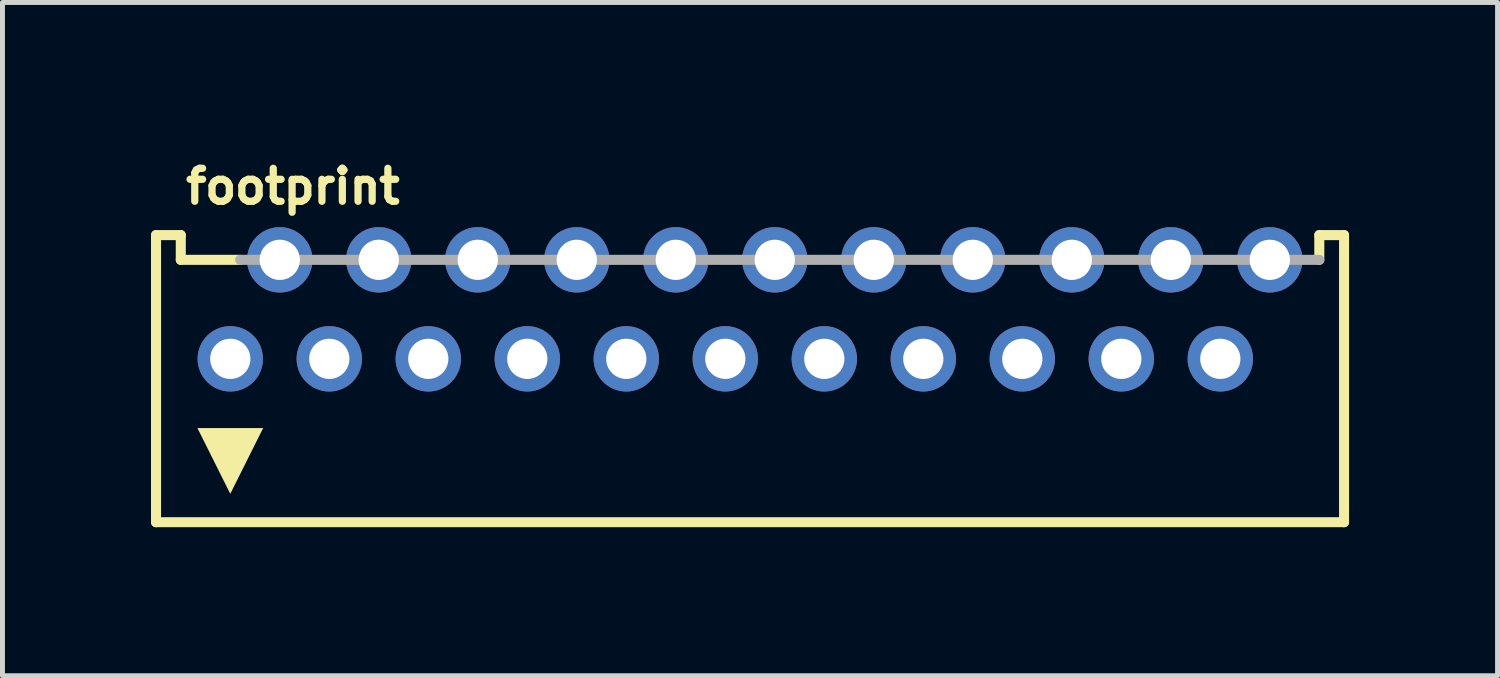
<source format=kicad_pcb>
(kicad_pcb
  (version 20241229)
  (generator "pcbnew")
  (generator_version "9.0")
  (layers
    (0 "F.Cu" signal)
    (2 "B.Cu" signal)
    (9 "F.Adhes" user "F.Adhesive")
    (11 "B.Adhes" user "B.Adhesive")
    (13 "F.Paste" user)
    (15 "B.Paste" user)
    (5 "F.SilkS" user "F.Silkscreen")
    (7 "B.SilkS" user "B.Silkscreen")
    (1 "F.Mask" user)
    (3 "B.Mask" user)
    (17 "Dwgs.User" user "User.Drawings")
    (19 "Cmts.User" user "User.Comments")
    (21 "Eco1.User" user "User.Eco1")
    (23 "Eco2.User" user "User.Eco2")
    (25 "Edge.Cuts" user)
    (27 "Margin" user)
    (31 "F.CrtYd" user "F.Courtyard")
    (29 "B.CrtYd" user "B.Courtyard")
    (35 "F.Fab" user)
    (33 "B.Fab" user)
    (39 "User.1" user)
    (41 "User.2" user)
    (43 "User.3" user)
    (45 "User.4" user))
  (footprint "footprint"
    (layer "F.Cu")
    (at 12.102 4.199)
    (property "Reference" "footprint" (at -11.472 -3.094 0) (layer "F.SilkS") (effects (font (size 0.666 0.666) (thickness 0.146)) (justify left bottom)))
    (fp_line (start -12 -2.5) (end -12 3.3) (stroke (width 0.203) (type solid)) (layer "F.SilkS"))
    (fp_line (start -12 3.3) (end 12 3.3) (stroke (width 0.203) (type solid)) (layer "F.SilkS"))
    (fp_line (start -11.5 -2.5) (end -12 -2.5) (stroke (width 0.203) (type solid)) (layer "F.SilkS"))
    (fp_line (start -11.5 -2) (end -11.5 -2.5) (stroke (width 0.203) (type solid)) (layer "F.SilkS"))
    (fp_line (start -11.5 -2) (end -10.3 -2) (stroke (width 0.203) (type solid)) (layer "F.SilkS"))
    (fp_line (start 11.5 -2.5) (end 12 -2.5) (stroke (width 0.203) (type solid)) (layer "F.SilkS"))
    (fp_line (start 11.5 -2) (end 11.5 -2.5) (stroke (width 0.203) (type solid)) (layer "F.SilkS"))
    (fp_line (start 12 -2.5) (end 12 3.3) (stroke (width 0.203) (type solid)) (layer "F.SilkS"))
    (fp_poly (pts (xy -10.5 2.727) (xy -11.164 1.398) (xy -9.836 1.398)) (stroke (width 0) (type solid)) (fill yes) (layer "F.SilkS"))
    (fp_line (start -10.3 -2) (end 11.5 -2) (stroke (width 0.203) (type solid)) (layer "F.Fab"))
    (pad "1" thru_hole circle (at -10.5 0) (size 1.321 1.321) (drill 0.813) (layers "*.Cu" "*.Mask"))
    (pad "2" thru_hole circle (at -9.5 -2) (size 1.321 1.321) (drill 0.813) (layers "*.Cu" "*.Mask"))
    (pad "3" thru_hole circle (at -8.5 0) (size 1.321 1.321) (drill 0.813) (layers "*.Cu" "*.Mask"))
    (pad "4" thru_hole circle (at -7.5 -2) (size 1.321 1.321) (drill 0.813) (layers "*.Cu" "*.Mask"))
    (pad "5" thru_hole circle (at -6.5 0) (size 1.321 1.321) (drill 0.813) (layers "*.Cu" "*.Mask"))
    (pad "6" thru_hole circle (at -5.5 -2) (size 1.321 1.321) (drill 0.813) (layers "*.Cu" "*.Mask"))
    (pad "7" thru_hole circle (at -4.5 0) (size 1.321 1.321) (drill 0.813) (layers "*.Cu" "*.Mask"))
    (pad "8" thru_hole circle (at -3.5 -2) (size 1.321 1.321) (drill 0.813) (layers "*.Cu" "*.Mask"))
    (pad "9" thru_hole circle (at -2.5 0) (size 1.321 1.321) (drill 0.813) (layers "*.Cu" "*.Mask"))
    (pad "10" thru_hole circle (at -1.5 -2) (size 1.321 1.321) (drill 0.813) (layers "*.Cu" "*.Mask"))
    (pad "11" thru_hole circle (at -0.5 0) (size 1.321 1.321) (drill 0.813) (layers "*.Cu" "*.Mask"))
    (pad "12" thru_hole circle (at 0.5 -2) (size 1.321 1.321) (drill 0.813) (layers "*.Cu" "*.Mask"))
    (pad "13" thru_hole circle (at 1.5 0) (size 1.321 1.321) (drill 0.813) (layers "*.Cu" "*.Mask"))
    (pad "14" thru_hole circle (at 2.5 -2) (size 1.321 1.321) (drill 0.813) (layers "*.Cu" "*.Mask"))
    (pad "15" thru_hole circle (at 3.5 0) (size 1.321 1.321) (drill 0.813) (layers "*.Cu" "*.Mask"))
    (pad "16" thru_hole circle (at 4.5 -2) (size 1.321 1.321) (drill 0.813) (layers "*.Cu" "*.Mask"))
    (pad "17" thru_hole circle (at 5.5 0) (size 1.321 1.321) (drill 0.813) (layers "*.Cu" "*.Mask"))
    (pad "18" thru_hole circle (at 6.5 -2) (size 1.321 1.321) (drill 0.813) (layers "*.Cu" "*.Mask"))
    (pad "19" thru_hole circle (at 7.5 0) (size 1.321 1.321) (drill 0.813) (layers "*.Cu" "*.Mask"))
    (pad "20" thru_hole circle (at 8.5 -2) (size 1.321 1.321) (drill 0.813) (layers "*.Cu" "*.Mask"))
    (pad "21" thru_hole circle (at 9.5 0) (size 1.321 1.321) (drill 0.813) (layers "*.Cu" "*.Mask"))
    (pad "22" thru_hole circle (at 10.5 -2) (size 1.321 1.321) (drill 0.813) (layers "*.Cu" "*.Mask")))
  (gr_rect
    (start -3 -3)
    (end 27.203 10.601)
    (stroke (width 0.1) (type default))
    (fill no)
    (layer "Edge.Cuts")))
</source>
